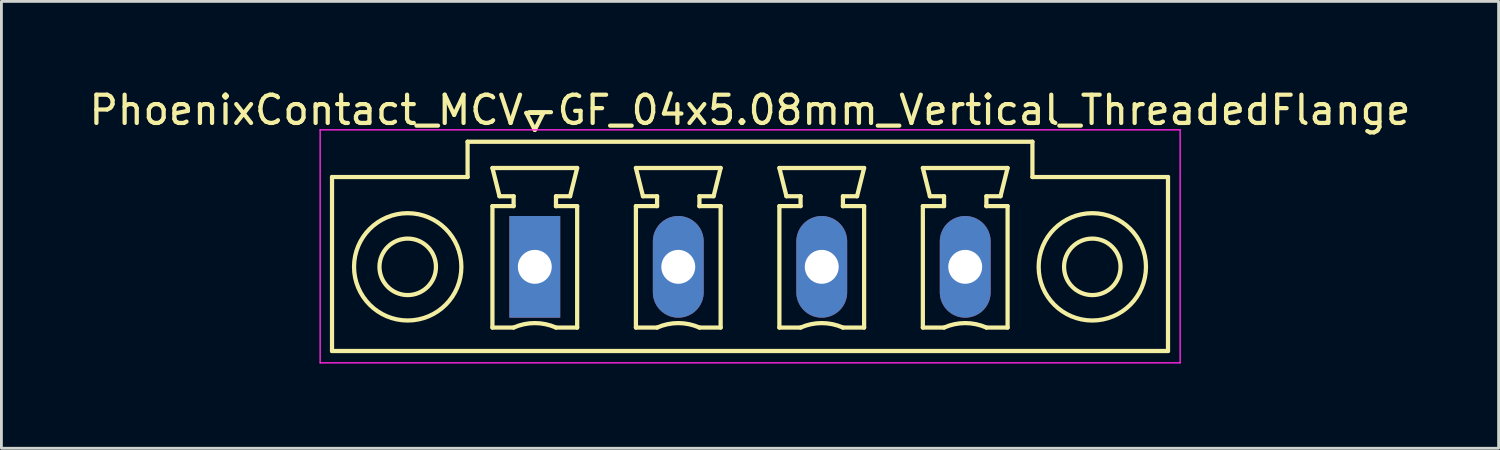
<source format=kicad_pcb>
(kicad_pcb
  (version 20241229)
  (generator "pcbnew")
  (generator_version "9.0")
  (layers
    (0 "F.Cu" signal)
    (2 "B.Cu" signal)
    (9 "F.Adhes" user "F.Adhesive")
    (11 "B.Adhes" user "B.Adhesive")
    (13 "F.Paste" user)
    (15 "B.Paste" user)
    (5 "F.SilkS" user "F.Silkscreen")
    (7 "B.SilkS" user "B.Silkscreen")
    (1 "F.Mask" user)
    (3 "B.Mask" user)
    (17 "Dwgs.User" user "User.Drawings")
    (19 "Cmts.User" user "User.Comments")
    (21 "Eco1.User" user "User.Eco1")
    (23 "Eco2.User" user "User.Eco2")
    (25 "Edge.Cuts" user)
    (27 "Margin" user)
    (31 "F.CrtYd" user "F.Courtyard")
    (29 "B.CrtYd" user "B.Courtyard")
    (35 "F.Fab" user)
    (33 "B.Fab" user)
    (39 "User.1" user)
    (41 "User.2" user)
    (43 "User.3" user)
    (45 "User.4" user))
  (footprint "PhoenixContact_MCV-GF_04x5.08mm_Vertical_ThreadedFlange"
    (layer "F.Cu")
    (at 15.886 6.398)
    (property "Reference" "PhoenixContact_MCV-GF_04x5.08mm_Vertical_ThreadedFlange" (at 7.62 -5.55 0) (layer "F.SilkS") (effects (font (size 1 1) (thickness 0.15))))
    (attr through_hole)
    (fp_line (start -7.18 -3.18) (end -7.18 2.98) (stroke (width 0.15) (type solid)) (layer "F.SilkS"))
    (fp_line (start -7.18 2.98) (end 22.42 2.98) (stroke (width 0.15) (type solid)) (layer "F.SilkS"))
    (fp_line (start -2.38 -4.43) (end -2.38 -3.18) (stroke (width 0.15) (type solid)) (layer "F.SilkS"))
    (fp_line (start -2.38 -3.18) (end -7.18 -3.18) (stroke (width 0.15) (type solid)) (layer "F.SilkS"))
    (fp_line (start -1.5 -3.5) (end 1.5 -3.5) (stroke (width 0.15) (type solid)) (layer "F.SilkS"))
    (fp_line (start -1.5 -2.15) (end -0.75 -2.15) (stroke (width 0.15) (type solid)) (layer "F.SilkS"))
    (fp_line (start -1.5 2.15) (end -1.5 -2.15) (stroke (width 0.15) (type solid)) (layer "F.SilkS"))
    (fp_line (start -1.25 -2.5) (end -1.5 -3.5) (stroke (width 0.15) (type solid)) (layer "F.SilkS"))
    (fp_line (start -0.75 -2.5) (end -1.25 -2.5) (stroke (width 0.15) (type solid)) (layer "F.SilkS"))
    (fp_line (start -0.75 -2.15) (end -0.75 -2.5) (stroke (width 0.15) (type solid)) (layer "F.SilkS"))
    (fp_line (start -0.75 2.15) (end -1.5 2.15) (stroke (width 0.15) (type solid)) (layer "F.SilkS"))
    (fp_line (start -0.3 -5.45) (end 0 -4.85) (stroke (width 0.15) (type solid)) (layer "F.SilkS"))
    (fp_line (start 0 -4.85) (end 0.3 -5.45) (stroke (width 0.15) (type solid)) (layer "F.SilkS"))
    (fp_line (start 0.3 -5.45) (end -0.3 -5.45) (stroke (width 0.15) (type solid)) (layer "F.SilkS"))
    (fp_line (start 0.75 -2.5) (end 0.75 -2.15) (stroke (width 0.15) (type solid)) (layer "F.SilkS"))
    (fp_line (start 0.75 -2.15) (end 0.75 -2.15) (stroke (width 0.15) (type solid)) (layer "F.SilkS"))
    (fp_line (start 0.75 -2.15) (end 1.5 -2.15) (stroke (width 0.15) (type solid)) (layer "F.SilkS"))
    (fp_line (start 1.25 -2.5) (end 0.75 -2.5) (stroke (width 0.15) (type solid)) (layer "F.SilkS"))
    (fp_line (start 1.5 -3.5) (end 1.25 -2.5) (stroke (width 0.15) (type solid)) (layer "F.SilkS"))
    (fp_line (start 1.5 -2.15) (end 1.5 2.15) (stroke (width 0.15) (type solid)) (layer "F.SilkS"))
    (fp_line (start 1.5 2.15) (end 0.75 2.15) (stroke (width 0.15) (type solid)) (layer "F.SilkS"))
    (fp_line (start 3.58 -3.5) (end 6.58 -3.5) (stroke (width 0.15) (type solid)) (layer "F.SilkS"))
    (fp_line (start 3.58 -2.15) (end 4.33 -2.15) (stroke (width 0.15) (type solid)) (layer "F.SilkS"))
    (fp_line (start 3.58 2.15) (end 3.58 -2.15) (stroke (width 0.15) (type solid)) (layer "F.SilkS"))
    (fp_line (start 3.83 -2.5) (end 3.58 -3.5) (stroke (width 0.15) (type solid)) (layer "F.SilkS"))
    (fp_line (start 4.33 -2.5) (end 3.83 -2.5) (stroke (width 0.15) (type solid)) (layer "F.SilkS"))
    (fp_line (start 4.33 -2.15) (end 4.33 -2.5) (stroke (width 0.15) (type solid)) (layer "F.SilkS"))
    (fp_line (start 4.33 2.15) (end 3.58 2.15) (stroke (width 0.15) (type solid)) (layer "F.SilkS"))
    (fp_line (start 5.83 -2.5) (end 5.83 -2.15) (stroke (width 0.15) (type solid)) (layer "F.SilkS"))
    (fp_line (start 5.83 -2.15) (end 5.83 -2.15) (stroke (width 0.15) (type solid)) (layer "F.SilkS"))
    (fp_line (start 5.83 -2.15) (end 6.58 -2.15) (stroke (width 0.15) (type solid)) (layer "F.SilkS"))
    (fp_line (start 6.33 -2.5) (end 5.83 -2.5) (stroke (width 0.15) (type solid)) (layer "F.SilkS"))
    (fp_line (start 6.58 -3.5) (end 6.33 -2.5) (stroke (width 0.15) (type solid)) (layer "F.SilkS"))
    (fp_line (start 6.58 -2.15) (end 6.58 2.15) (stroke (width 0.15) (type solid)) (layer "F.SilkS"))
    (fp_line (start 6.58 2.15) (end 5.83 2.15) (stroke (width 0.15) (type solid)) (layer "F.SilkS"))
    (fp_line (start 8.66 -3.5) (end 11.66 -3.5) (stroke (width 0.15) (type solid)) (layer "F.SilkS"))
    (fp_line (start 8.66 -2.15) (end 9.41 -2.15) (stroke (width 0.15) (type solid)) (layer "F.SilkS"))
    (fp_line (start 8.66 2.15) (end 8.66 -2.15) (stroke (width 0.15) (type solid)) (layer "F.SilkS"))
    (fp_line (start 8.91 -2.5) (end 8.66 -3.5) (stroke (width 0.15) (type solid)) (layer "F.SilkS"))
    (fp_line (start 9.41 -2.5) (end 8.91 -2.5) (stroke (width 0.15) (type solid)) (layer "F.SilkS"))
    (fp_line (start 9.41 -2.15) (end 9.41 -2.5) (stroke (width 0.15) (type solid)) (layer "F.SilkS"))
    (fp_line (start 9.41 2.15) (end 8.66 2.15) (stroke (width 0.15) (type solid)) (layer "F.SilkS"))
    (fp_line (start 10.91 -2.5) (end 10.91 -2.15) (stroke (width 0.15) (type solid)) (layer "F.SilkS"))
    (fp_line (start 10.91 -2.15) (end 10.91 -2.15) (stroke (width 0.15) (type solid)) (layer "F.SilkS"))
    (fp_line (start 10.91 -2.15) (end 11.66 -2.15) (stroke (width 0.15) (type solid)) (layer "F.SilkS"))
    (fp_line (start 11.41 -2.5) (end 10.91 -2.5) (stroke (width 0.15) (type solid)) (layer "F.SilkS"))
    (fp_line (start 11.66 -3.5) (end 11.41 -2.5) (stroke (width 0.15) (type solid)) (layer "F.SilkS"))
    (fp_line (start 11.66 -2.15) (end 11.66 2.15) (stroke (width 0.15) (type solid)) (layer "F.SilkS"))
    (fp_line (start 11.66 2.15) (end 10.91 2.15) (stroke (width 0.15) (type solid)) (layer "F.SilkS"))
    (fp_line (start 13.74 -3.5) (end 16.74 -3.5) (stroke (width 0.15) (type solid)) (layer "F.SilkS"))
    (fp_line (start 13.74 -2.15) (end 14.49 -2.15) (stroke (width 0.15) (type solid)) (layer "F.SilkS"))
    (fp_line (start 13.74 2.15) (end 13.74 -2.15) (stroke (width 0.15) (type solid)) (layer "F.SilkS"))
    (fp_line (start 13.99 -2.5) (end 13.74 -3.5) (stroke (width 0.15) (type solid)) (layer "F.SilkS"))
    (fp_line (start 14.49 -2.5) (end 13.99 -2.5) (stroke (width 0.15) (type solid)) (layer "F.SilkS"))
    (fp_line (start 14.49 -2.15) (end 14.49 -2.5) (stroke (width 0.15) (type solid)) (layer "F.SilkS"))
    (fp_line (start 14.49 2.15) (end 13.74 2.15) (stroke (width 0.15) (type solid)) (layer "F.SilkS"))
    (fp_line (start 15.99 -2.5) (end 15.99 -2.15) (stroke (width 0.15) (type solid)) (layer "F.SilkS"))
    (fp_line (start 15.99 -2.15) (end 15.99 -2.15) (stroke (width 0.15) (type solid)) (layer "F.SilkS"))
    (fp_line (start 15.99 -2.15) (end 16.74 -2.15) (stroke (width 0.15) (type solid)) (layer "F.SilkS"))
    (fp_line (start 16.49 -2.5) (end 15.99 -2.5) (stroke (width 0.15) (type solid)) (layer "F.SilkS"))
    (fp_line (start 16.74 -3.5) (end 16.49 -2.5) (stroke (width 0.15) (type solid)) (layer "F.SilkS"))
    (fp_line (start 16.74 -2.15) (end 16.74 2.15) (stroke (width 0.15) (type solid)) (layer "F.SilkS"))
    (fp_line (start 16.74 2.15) (end 15.99 2.15) (stroke (width 0.15) (type solid)) (layer "F.SilkS"))
    (fp_line (start 17.62 -4.43) (end -2.38 -4.43) (stroke (width 0.15) (type solid)) (layer "F.SilkS"))
    (fp_line (start 17.62 -3.18) (end 17.62 -4.43) (stroke (width 0.15) (type solid)) (layer "F.SilkS"))
    (fp_line (start 22.42 -3.18) (end 17.62 -3.18) (stroke (width 0.15) (type solid)) (layer "F.SilkS"))
    (fp_line (start 22.42 2.98) (end 22.42 -3.18) (stroke (width 0.15) (type solid)) (layer "F.SilkS"))
    (fp_arc (start -0.75 2.15) (mid -0.000193 1.99191) (end 0.749647 2.149844) (stroke (width 0.15) (type solid)) (layer "F.SilkS"))
    (fp_arc (start 4.33 2.15) (mid 5.079807 1.99191) (end 5.829647 2.149844) (stroke (width 0.15) (type solid)) (layer "F.SilkS"))
    (fp_arc (start 9.41 2.15) (mid 10.159807 1.99191) (end 10.909647 2.149844) (stroke (width 0.15) (type solid)) (layer "F.SilkS"))
    (fp_arc (start 14.49 2.15) (mid 15.239807 1.99191) (end 15.989647 2.149844) (stroke (width 0.15) (type solid)) (layer "F.SilkS"))
    (fp_circle (center -4.5 0) (end -3.5 0) (stroke (width 0.15) (type solid)) (fill no) (layer "F.SilkS"))
    (fp_circle (center -4.5 0) (end -2.6 0) (stroke (width 0.15) (type solid)) (fill no) (layer "F.SilkS"))
    (fp_circle (center 19.74 0) (end 20.74 0) (stroke (width 0.15) (type solid)) (fill no) (layer "F.SilkS"))
    (fp_circle (center 19.74 0) (end 21.64 0) (stroke (width 0.15) (type solid)) (fill no) (layer "F.SilkS"))
    (fp_line (start -7.6 -4.85) (end -7.6 3.4) (stroke (width 0.05) (type solid)) (layer "F.CrtYd"))
    (fp_line (start -7.6 3.4) (end 22.85 3.4) (stroke (width 0.05) (type solid)) (layer "F.CrtYd"))
    (fp_line (start 22.85 -4.85) (end -7.6 -4.85) (stroke (width 0.05) (type solid)) (layer "F.CrtYd"))
    (fp_line (start 22.85 3.4) (end 22.85 -4.85) (stroke (width 0.05) (type solid)) (layer "F.CrtYd"))
    (pad "1" thru_hole rect (at 0 0) (size 1.8 3.6) (drill 1.2) (layers "*.Cu" "*.Mask"))
    (pad "2" thru_hole oval (at 5.08 0) (size 1.8 3.6) (drill 1.2) (layers "*.Cu" "*.Mask"))
    (pad "3" thru_hole oval (at 10.16 0) (size 1.8 3.6) (drill 1.2) (layers "*.Cu" "*.Mask"))
    (pad "4" thru_hole oval (at 15.24 0) (size 1.8 3.6) (drill 1.2) (layers "*.Cu" "*.Mask")))
  (gr_rect
    (start -3 -3)
    (end 50.012 12.823)
    (stroke (width 0.1) (type default))
    (fill no)
    (layer "Edge.Cuts")))
</source>
